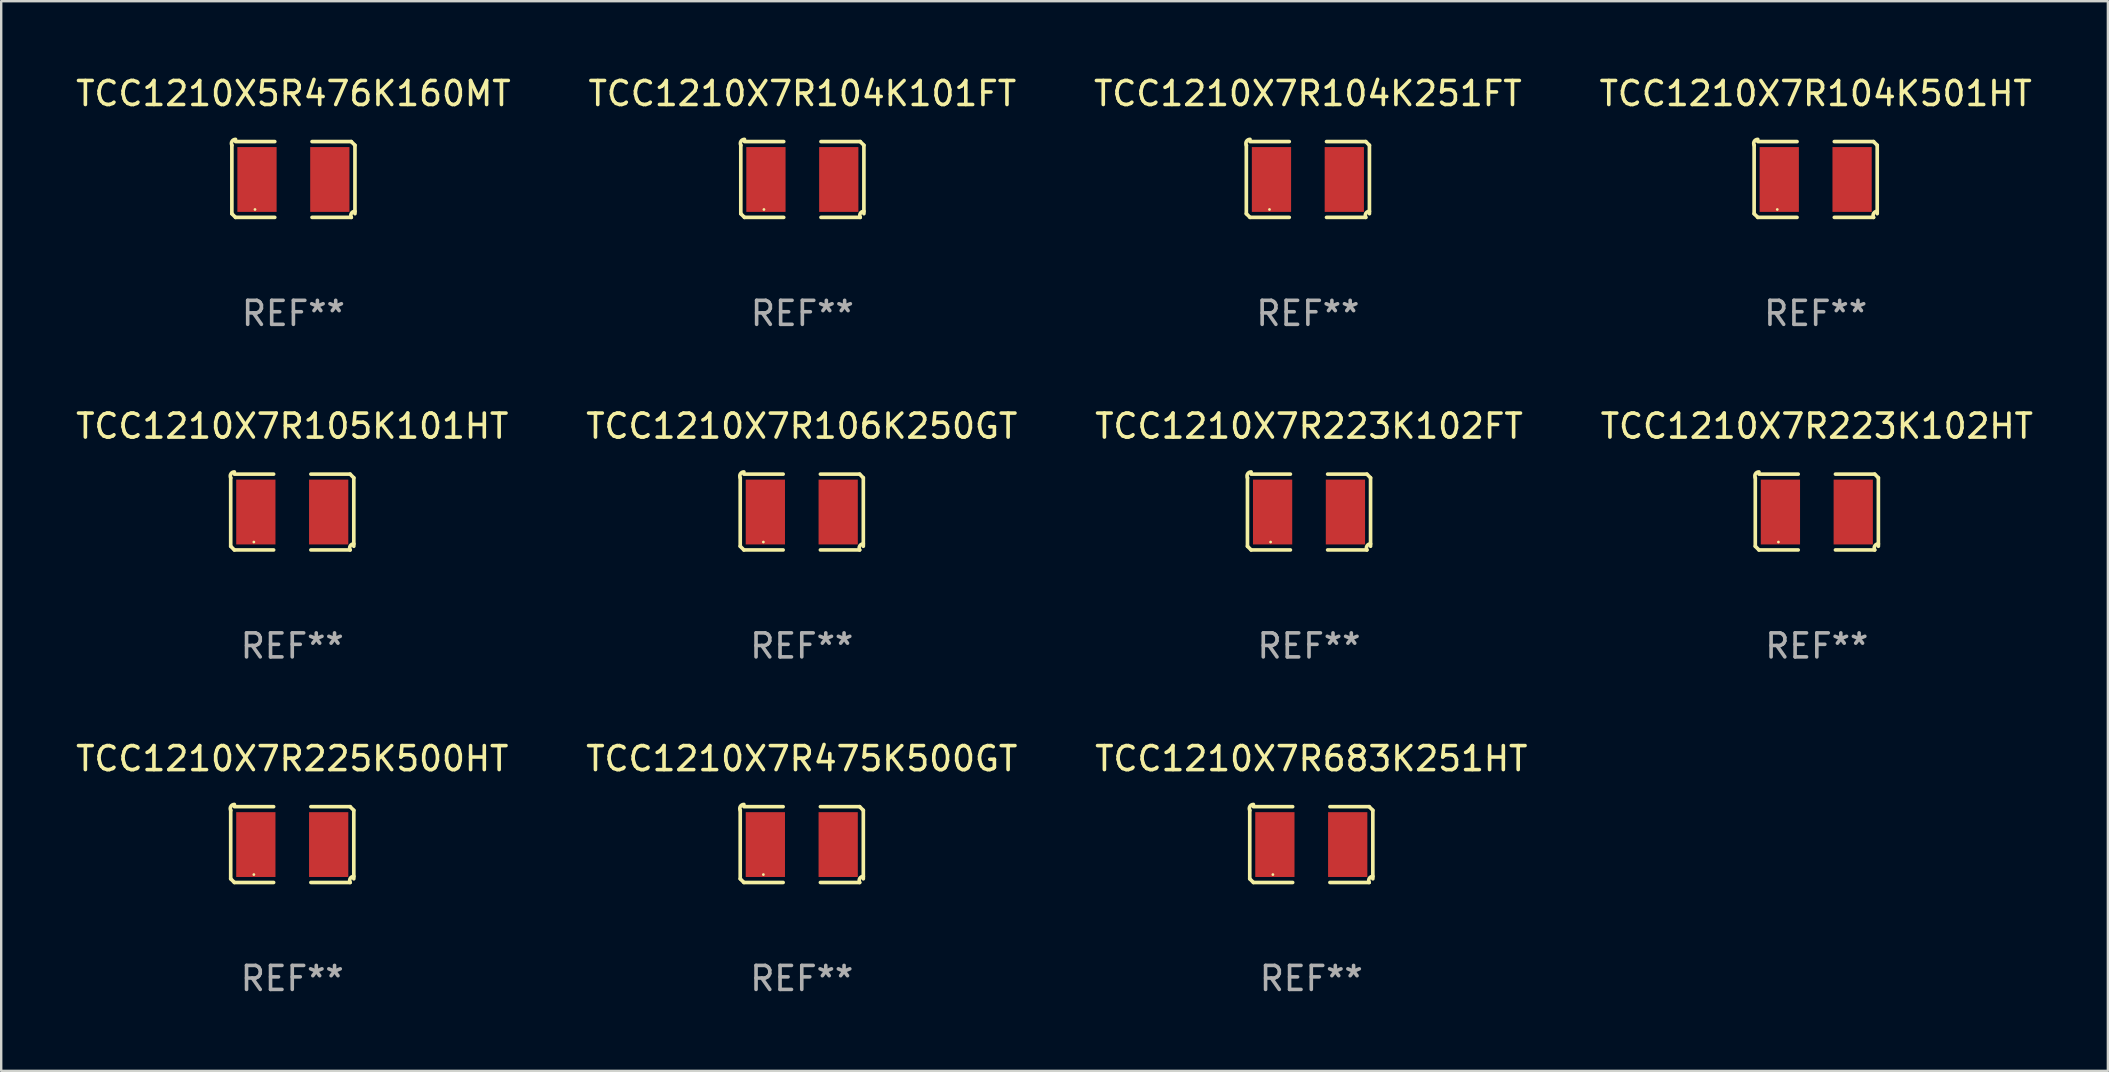
<source format=kicad_pcb>
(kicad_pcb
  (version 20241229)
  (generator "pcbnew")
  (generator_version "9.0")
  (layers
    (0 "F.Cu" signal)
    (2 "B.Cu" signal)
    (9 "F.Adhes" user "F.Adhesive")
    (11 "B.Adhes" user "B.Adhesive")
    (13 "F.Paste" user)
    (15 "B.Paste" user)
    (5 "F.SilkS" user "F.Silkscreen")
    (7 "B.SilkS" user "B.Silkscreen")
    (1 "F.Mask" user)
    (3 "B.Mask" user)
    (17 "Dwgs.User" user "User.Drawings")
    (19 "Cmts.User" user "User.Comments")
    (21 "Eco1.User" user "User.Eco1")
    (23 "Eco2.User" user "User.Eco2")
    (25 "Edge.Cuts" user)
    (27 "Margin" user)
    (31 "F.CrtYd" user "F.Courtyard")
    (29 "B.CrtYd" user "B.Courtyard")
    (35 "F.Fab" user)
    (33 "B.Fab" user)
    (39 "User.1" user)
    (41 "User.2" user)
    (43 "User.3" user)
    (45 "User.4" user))
  (footprint "TCC1210X7R223K102HT"
    (layer "F.Cu")
    (at 72.637 18.281)
    (property "Reference" "TCC1210X7R223K102HT" (at 0 -3.579 0) (layer "F.SilkS") (effects (font (size 1 1) (thickness 0.15))))
    (attr through_hole)
    (fp_line (start -2.564 1.426) (end -2.564 -1.426) (stroke (width 0.152) (type solid)) (layer "F.SilkS"))
    (fp_line (start -2.411 -1.579) (end -0.776 -1.579) (stroke (width 0.152) (type solid)) (layer "F.SilkS"))
    (fp_line (start -0.776 1.579) (end -2.411 1.579) (stroke (width 0.152) (type solid)) (layer "F.SilkS"))
    (fp_line (start 0.776 1.579) (end 2.411 1.579) (stroke (width 0.152) (type solid)) (layer "F.SilkS"))
    (fp_line (start 2.411 -1.579) (end 0.776 -1.579) (stroke (width 0.152) (type solid)) (layer "F.SilkS"))
    (fp_line (start 2.564 1.426) (end 2.564 -1.426) (stroke (width 0.152) (type solid)) (layer "F.SilkS"))
    (fp_arc (start -2.563602 -1.426213) (mid -2.555597 -1.591233) (end -2.411201 -1.671518) (stroke (width 0.1524) (type solid)) (layer "F.SilkS"))
    (fp_arc (start -2.5636 1.426214) (mid -2.487389 1.502402) (end -2.411201 1.578613) (stroke (width 0.1524) (type solid)) (layer "F.SilkS"))
    (fp_arc (start 2.411197 -1.578618) (mid 2.487403 -1.502419) (end 2.563602 -1.426213) (stroke (width 0.1524) (type solid)) (layer "F.SilkS"))
    (fp_arc (start 2.411201 1.578613) (mid 2.416214 1.409455) (end 2.563602 1.32629) (stroke (width 0.1524) (type solid)) (layer "F.SilkS"))
    (fp_circle (center -1.6 1.25) (end -1.57 1.25) (stroke (width 0.06) (type solid)) (fill no) (layer "F.SilkS"))
    (fp_text user "REF**" (at 0 5.579 0) (layer "F.Fab") (effects (font (size 1 1) (thickness 0.15))))
    (pad "1" smd rect (at -1.517 0) (size 1.635 2.7) (layers "F.Cu" "F.Mask" "F.Paste"))
    (pad "2" smd rect (at 1.517 0) (size 1.635 2.7) (layers "F.Cu" "F.Mask" "F.Paste")))
  (footprint "TCC1210X7R104K501HT"
    (layer "F.Cu")
    (at 72.589 4.427)
    (property "Reference" "TCC1210X7R104K501HT" (at 0 -3.579 0) (layer "F.SilkS") (effects (font (size 1 1) (thickness 0.15))))
    (attr through_hole)
    (fp_line (start -2.564 1.426) (end -2.564 -1.426) (stroke (width 0.152) (type solid)) (layer "F.SilkS"))
    (fp_line (start -2.411 -1.579) (end -0.776 -1.579) (stroke (width 0.152) (type solid)) (layer "F.SilkS"))
    (fp_line (start -0.776 1.579) (end -2.411 1.579) (stroke (width 0.152) (type solid)) (layer "F.SilkS"))
    (fp_line (start 0.776 1.579) (end 2.411 1.579) (stroke (width 0.152) (type solid)) (layer "F.SilkS"))
    (fp_line (start 2.411 -1.579) (end 0.776 -1.579) (stroke (width 0.152) (type solid)) (layer "F.SilkS"))
    (fp_line (start 2.564 1.426) (end 2.564 -1.426) (stroke (width 0.152) (type solid)) (layer "F.SilkS"))
    (fp_arc (start -2.563602 -1.426213) (mid -2.555597 -1.591233) (end -2.411201 -1.671518) (stroke (width 0.1524) (type solid)) (layer "F.SilkS"))
    (fp_arc (start -2.5636 1.426214) (mid -2.487389 1.502402) (end -2.411201 1.578613) (stroke (width 0.1524) (type solid)) (layer "F.SilkS"))
    (fp_arc (start 2.411197 -1.578618) (mid 2.487403 -1.502419) (end 2.563602 -1.426213) (stroke (width 0.1524) (type solid)) (layer "F.SilkS"))
    (fp_arc (start 2.411201 1.578613) (mid 2.416214 1.409455) (end 2.563602 1.32629) (stroke (width 0.1524) (type solid)) (layer "F.SilkS"))
    (fp_circle (center -1.6 1.25) (end -1.57 1.25) (stroke (width 0.06) (type solid)) (fill no) (layer "F.SilkS"))
    (fp_text user "REF**" (at 0 5.579 0) (layer "F.Fab") (effects (font (size 1 1) (thickness 0.15))))
    (pad "1" smd rect (at -1.517 0) (size 1.635 2.7) (layers "F.Cu" "F.Mask" "F.Paste"))
    (pad "2" smd rect (at 1.517 0) (size 1.635 2.7) (layers "F.Cu" "F.Mask" "F.Paste")))
  (footprint "TCC1210X7R683K251HT"
    (layer "F.Cu")
    (at 51.577 32.134)
    (property "Reference" "TCC1210X7R683K251HT" (at 0 -3.579 0) (layer "F.SilkS") (effects (font (size 1 1) (thickness 0.15))))
    (attr through_hole)
    (fp_line (start -2.564 1.426) (end -2.564 -1.426) (stroke (width 0.152) (type solid)) (layer "F.SilkS"))
    (fp_line (start -2.411 -1.579) (end -0.776 -1.579) (stroke (width 0.152) (type solid)) (layer "F.SilkS"))
    (fp_line (start -0.776 1.579) (end -2.411 1.579) (stroke (width 0.152) (type solid)) (layer "F.SilkS"))
    (fp_line (start 0.776 1.579) (end 2.411 1.579) (stroke (width 0.152) (type solid)) (layer "F.SilkS"))
    (fp_line (start 2.411 -1.579) (end 0.776 -1.579) (stroke (width 0.152) (type solid)) (layer "F.SilkS"))
    (fp_line (start 2.564 1.426) (end 2.564 -1.426) (stroke (width 0.152) (type solid)) (layer "F.SilkS"))
    (fp_arc (start -2.563602 -1.426213) (mid -2.555597 -1.591233) (end -2.411201 -1.671518) (stroke (width 0.1524) (type solid)) (layer "F.SilkS"))
    (fp_arc (start -2.5636 1.426214) (mid -2.487389 1.502402) (end -2.411201 1.578613) (stroke (width 0.1524) (type solid)) (layer "F.SilkS"))
    (fp_arc (start 2.411197 -1.578618) (mid 2.487403 -1.502419) (end 2.563602 -1.426213) (stroke (width 0.1524) (type solid)) (layer "F.SilkS"))
    (fp_arc (start 2.411201 1.578613) (mid 2.416214 1.409455) (end 2.563602 1.32629) (stroke (width 0.1524) (type solid)) (layer "F.SilkS"))
    (fp_circle (center -1.6 1.25) (end -1.57 1.25) (stroke (width 0.06) (type solid)) (fill no) (layer "F.SilkS"))
    (fp_text user "REF**" (at 0 5.579 0) (layer "F.Fab") (effects (font (size 1 1) (thickness 0.15))))
    (pad "1" smd rect (at -1.517 0) (size 1.635 2.7) (layers "F.Cu" "F.Mask" "F.Paste"))
    (pad "2" smd rect (at 1.517 0) (size 1.635 2.7) (layers "F.Cu" "F.Mask" "F.Paste")))
  (footprint "TCC1210X7R223K102FT"
    (layer "F.Cu")
    (at 51.482 18.281)
    (property "Reference" "TCC1210X7R223K102FT" (at 0 -3.579 0) (layer "F.SilkS") (effects (font (size 1 1) (thickness 0.15))))
    (attr through_hole)
    (fp_line (start -2.564 1.426) (end -2.564 -1.426) (stroke (width 0.152) (type solid)) (layer "F.SilkS"))
    (fp_line (start -2.411 -1.579) (end -0.776 -1.579) (stroke (width 0.152) (type solid)) (layer "F.SilkS"))
    (fp_line (start -0.776 1.579) (end -2.411 1.579) (stroke (width 0.152) (type solid)) (layer "F.SilkS"))
    (fp_line (start 0.776 1.579) (end 2.411 1.579) (stroke (width 0.152) (type solid)) (layer "F.SilkS"))
    (fp_line (start 2.411 -1.579) (end 0.776 -1.579) (stroke (width 0.152) (type solid)) (layer "F.SilkS"))
    (fp_line (start 2.564 1.426) (end 2.564 -1.426) (stroke (width 0.152) (type solid)) (layer "F.SilkS"))
    (fp_arc (start -2.563602 -1.426213) (mid -2.555597 -1.591233) (end -2.411201 -1.671518) (stroke (width 0.1524) (type solid)) (layer "F.SilkS"))
    (fp_arc (start -2.5636 1.426214) (mid -2.487389 1.502402) (end -2.411201 1.578613) (stroke (width 0.1524) (type solid)) (layer "F.SilkS"))
    (fp_arc (start 2.411197 -1.578618) (mid 2.487403 -1.502419) (end 2.563602 -1.426213) (stroke (width 0.1524) (type solid)) (layer "F.SilkS"))
    (fp_arc (start 2.411201 1.578613) (mid 2.416214 1.409455) (end 2.563602 1.32629) (stroke (width 0.1524) (type solid)) (layer "F.SilkS"))
    (fp_circle (center -1.6 1.25) (end -1.57 1.25) (stroke (width 0.06) (type solid)) (fill no) (layer "F.SilkS"))
    (fp_text user "REF**" (at 0 5.579 0) (layer "F.Fab") (effects (font (size 1 1) (thickness 0.15))))
    (pad "1" smd rect (at -1.517 0) (size 1.635 2.7) (layers "F.Cu" "F.Mask" "F.Paste"))
    (pad "2" smd rect (at 1.517 0) (size 1.635 2.7) (layers "F.Cu" "F.Mask" "F.Paste")))
  (footprint "TCC1210X7R104K101FT"
    (layer "F.Cu")
    (at 30.375 4.427)
    (property "Reference" "TCC1210X7R104K101FT" (at 0 -3.579 0) (layer "F.SilkS") (effects (font (size 1 1) (thickness 0.15))))
    (attr through_hole)
    (fp_line (start -2.564 1.426) (end -2.564 -1.426) (stroke (width 0.152) (type solid)) (layer "F.SilkS"))
    (fp_line (start -2.411 -1.579) (end -0.776 -1.579) (stroke (width 0.152) (type solid)) (layer "F.SilkS"))
    (fp_line (start -0.776 1.579) (end -2.411 1.579) (stroke (width 0.152) (type solid)) (layer "F.SilkS"))
    (fp_line (start 0.776 1.579) (end 2.411 1.579) (stroke (width 0.152) (type solid)) (layer "F.SilkS"))
    (fp_line (start 2.411 -1.579) (end 0.776 -1.579) (stroke (width 0.152) (type solid)) (layer "F.SilkS"))
    (fp_line (start 2.564 1.426) (end 2.564 -1.426) (stroke (width 0.152) (type solid)) (layer "F.SilkS"))
    (fp_arc (start -2.563602 -1.426213) (mid -2.555597 -1.591233) (end -2.411201 -1.671518) (stroke (width 0.1524) (type solid)) (layer "F.SilkS"))
    (fp_arc (start -2.5636 1.426214) (mid -2.487389 1.502402) (end -2.411201 1.578613) (stroke (width 0.1524) (type solid)) (layer "F.SilkS"))
    (fp_arc (start 2.411197 -1.578618) (mid 2.487403 -1.502419) (end 2.563602 -1.426213) (stroke (width 0.1524) (type solid)) (layer "F.SilkS"))
    (fp_arc (start 2.411201 1.578613) (mid 2.416214 1.409455) (end 2.563602 1.32629) (stroke (width 0.1524) (type solid)) (layer "F.SilkS"))
    (fp_circle (center -1.6 1.25) (end -1.57 1.25) (stroke (width 0.06) (type solid)) (fill no) (layer "F.SilkS"))
    (fp_text user "REF**" (at 0 5.579 0) (layer "F.Fab") (effects (font (size 1 1) (thickness 0.15))))
    (pad "1" smd rect (at -1.517 0) (size 1.635 2.7) (layers "F.Cu" "F.Mask" "F.Paste"))
    (pad "2" smd rect (at 1.517 0) (size 1.635 2.7) (layers "F.Cu" "F.Mask" "F.Paste")))
  (footprint "TCC1210X7R105K101HT"
    (layer "F.Cu")
    (at 9.125 18.281)
    (property "Reference" "TCC1210X7R105K101HT" (at 0 -3.579 0) (layer "F.SilkS") (effects (font (size 1 1) (thickness 0.15))))
    (attr through_hole)
    (fp_line (start -2.564 1.426) (end -2.564 -1.426) (stroke (width 0.152) (type solid)) (layer "F.SilkS"))
    (fp_line (start -2.411 -1.579) (end -0.776 -1.579) (stroke (width 0.152) (type solid)) (layer "F.SilkS"))
    (fp_line (start -0.776 1.579) (end -2.411 1.579) (stroke (width 0.152) (type solid)) (layer "F.SilkS"))
    (fp_line (start 0.776 1.579) (end 2.411 1.579) (stroke (width 0.152) (type solid)) (layer "F.SilkS"))
    (fp_line (start 2.411 -1.579) (end 0.776 -1.579) (stroke (width 0.152) (type solid)) (layer "F.SilkS"))
    (fp_line (start 2.564 1.426) (end 2.564 -1.426) (stroke (width 0.152) (type solid)) (layer "F.SilkS"))
    (fp_arc (start -2.563602 -1.426213) (mid -2.555597 -1.591233) (end -2.411201 -1.671518) (stroke (width 0.1524) (type solid)) (layer "F.SilkS"))
    (fp_arc (start -2.5636 1.426214) (mid -2.487389 1.502402) (end -2.411201 1.578613) (stroke (width 0.1524) (type solid)) (layer "F.SilkS"))
    (fp_arc (start 2.411197 -1.578618) (mid 2.487403 -1.502419) (end 2.563602 -1.426213) (stroke (width 0.1524) (type solid)) (layer "F.SilkS"))
    (fp_arc (start 2.411201 1.578613) (mid 2.416214 1.409455) (end 2.563602 1.32629) (stroke (width 0.1524) (type solid)) (layer "F.SilkS"))
    (fp_circle (center -1.6 1.25) (end -1.57 1.25) (stroke (width 0.06) (type solid)) (fill no) (layer "F.SilkS"))
    (fp_text user "REF**" (at 0 5.579 0) (layer "F.Fab") (effects (font (size 1 1) (thickness 0.15))))
    (pad "1" smd rect (at -1.517 0) (size 1.635 2.7) (layers "F.Cu" "F.Mask" "F.Paste"))
    (pad "2" smd rect (at 1.517 0) (size 1.635 2.7) (layers "F.Cu" "F.Mask" "F.Paste")))
  (footprint "TCC1210X7R106K250GT"
    (layer "F.Cu")
    (at 30.351 18.281)
    (property "Reference" "TCC1210X7R106K250GT" (at 0 -3.579 0) (layer "F.SilkS") (effects (font (size 1 1) (thickness 0.15))))
    (attr through_hole)
    (fp_line (start -2.564 1.426) (end -2.564 -1.426) (stroke (width 0.152) (type solid)) (layer "F.SilkS"))
    (fp_line (start -2.411 -1.579) (end -0.776 -1.579) (stroke (width 0.152) (type solid)) (layer "F.SilkS"))
    (fp_line (start -0.776 1.579) (end -2.411 1.579) (stroke (width 0.152) (type solid)) (layer "F.SilkS"))
    (fp_line (start 0.776 1.579) (end 2.411 1.579) (stroke (width 0.152) (type solid)) (layer "F.SilkS"))
    (fp_line (start 2.411 -1.579) (end 0.776 -1.579) (stroke (width 0.152) (type solid)) (layer "F.SilkS"))
    (fp_line (start 2.564 1.426) (end 2.564 -1.426) (stroke (width 0.152) (type solid)) (layer "F.SilkS"))
    (fp_arc (start -2.563602 -1.426213) (mid -2.555597 -1.591233) (end -2.411201 -1.671518) (stroke (width 0.1524) (type solid)) (layer "F.SilkS"))
    (fp_arc (start -2.5636 1.426214) (mid -2.487389 1.502402) (end -2.411201 1.578613) (stroke (width 0.1524) (type solid)) (layer "F.SilkS"))
    (fp_arc (start 2.411197 -1.578618) (mid 2.487403 -1.502419) (end 2.563602 -1.426213) (stroke (width 0.1524) (type solid)) (layer "F.SilkS"))
    (fp_arc (start 2.411201 1.578613) (mid 2.416214 1.409455) (end 2.563602 1.32629) (stroke (width 0.1524) (type solid)) (layer "F.SilkS"))
    (fp_circle (center -1.6 1.25) (end -1.57 1.25) (stroke (width 0.06) (type solid)) (fill no) (layer "F.SilkS"))
    (fp_text user "REF**" (at 0 5.579 0) (layer "F.Fab") (effects (font (size 1 1) (thickness 0.15))))
    (pad "1" smd rect (at -1.517 0) (size 1.635 2.7) (layers "F.Cu" "F.Mask" "F.Paste"))
    (pad "2" smd rect (at 1.517 0) (size 1.635 2.7) (layers "F.Cu" "F.Mask" "F.Paste")))
  (footprint "TCC1210X7R104K251FT"
    (layer "F.Cu")
    (at 51.435 4.427)
    (property "Reference" "TCC1210X7R104K251FT" (at 0 -3.579 0) (layer "F.SilkS") (effects (font (size 1 1) (thickness 0.15))))
    (attr through_hole)
    (fp_line (start -2.564 1.426) (end -2.564 -1.426) (stroke (width 0.152) (type solid)) (layer "F.SilkS"))
    (fp_line (start -2.411 -1.579) (end -0.776 -1.579) (stroke (width 0.152) (type solid)) (layer "F.SilkS"))
    (fp_line (start -0.776 1.579) (end -2.411 1.579) (stroke (width 0.152) (type solid)) (layer "F.SilkS"))
    (fp_line (start 0.776 1.579) (end 2.411 1.579) (stroke (width 0.152) (type solid)) (layer "F.SilkS"))
    (fp_line (start 2.411 -1.579) (end 0.776 -1.579) (stroke (width 0.152) (type solid)) (layer "F.SilkS"))
    (fp_line (start 2.564 1.426) (end 2.564 -1.426) (stroke (width 0.152) (type solid)) (layer "F.SilkS"))
    (fp_arc (start -2.563602 -1.426213) (mid -2.555597 -1.591233) (end -2.411201 -1.671518) (stroke (width 0.1524) (type solid)) (layer "F.SilkS"))
    (fp_arc (start -2.5636 1.426214) (mid -2.487389 1.502402) (end -2.411201 1.578613) (stroke (width 0.1524) (type solid)) (layer "F.SilkS"))
    (fp_arc (start 2.411197 -1.578618) (mid 2.487403 -1.502419) (end 2.563602 -1.426213) (stroke (width 0.1524) (type solid)) (layer "F.SilkS"))
    (fp_arc (start 2.411201 1.578613) (mid 2.416214 1.409455) (end 2.563602 1.32629) (stroke (width 0.1524) (type solid)) (layer "F.SilkS"))
    (fp_circle (center -1.6 1.25) (end -1.57 1.25) (stroke (width 0.06) (type solid)) (fill no) (layer "F.SilkS"))
    (fp_text user "REF**" (at 0 5.579 0) (layer "F.Fab") (effects (font (size 1 1) (thickness 0.15))))
    (pad "1" smd rect (at -1.517 0) (size 1.635 2.7) (layers "F.Cu" "F.Mask" "F.Paste"))
    (pad "2" smd rect (at 1.517 0) (size 1.635 2.7) (layers "F.Cu" "F.Mask" "F.Paste")))
  (footprint "TCC1210X7R475K500GT"
    (layer "F.Cu")
    (at 30.351 32.134)
    (property "Reference" "TCC1210X7R475K500GT" (at 0 -3.579 0) (layer "F.SilkS") (effects (font (size 1 1) (thickness 0.15))))
    (attr through_hole)
    (fp_line (start -2.564 1.426) (end -2.564 -1.426) (stroke (width 0.152) (type solid)) (layer "F.SilkS"))
    (fp_line (start -2.411 -1.579) (end -0.776 -1.579) (stroke (width 0.152) (type solid)) (layer "F.SilkS"))
    (fp_line (start -0.776 1.579) (end -2.411 1.579) (stroke (width 0.152) (type solid)) (layer "F.SilkS"))
    (fp_line (start 0.776 1.579) (end 2.411 1.579) (stroke (width 0.152) (type solid)) (layer "F.SilkS"))
    (fp_line (start 2.411 -1.579) (end 0.776 -1.579) (stroke (width 0.152) (type solid)) (layer "F.SilkS"))
    (fp_line (start 2.564 1.426) (end 2.564 -1.426) (stroke (width 0.152) (type solid)) (layer "F.SilkS"))
    (fp_arc (start -2.563602 -1.426213) (mid -2.555597 -1.591233) (end -2.411201 -1.671518) (stroke (width 0.1524) (type solid)) (layer "F.SilkS"))
    (fp_arc (start -2.5636 1.426214) (mid -2.487389 1.502402) (end -2.411201 1.578613) (stroke (width 0.1524) (type solid)) (layer "F.SilkS"))
    (fp_arc (start 2.411197 -1.578618) (mid 2.487403 -1.502419) (end 2.563602 -1.426213) (stroke (width 0.1524) (type solid)) (layer "F.SilkS"))
    (fp_arc (start 2.411201 1.578613) (mid 2.416214 1.409455) (end 2.563602 1.32629) (stroke (width 0.1524) (type solid)) (layer "F.SilkS"))
    (fp_circle (center -1.6 1.25) (end -1.57 1.25) (stroke (width 0.06) (type solid)) (fill no) (layer "F.SilkS"))
    (fp_text user "REF**" (at 0 5.579 0) (layer "F.Fab") (effects (font (size 1 1) (thickness 0.15))))
    (pad "1" smd rect (at -1.517 0) (size 1.635 2.7) (layers "F.Cu" "F.Mask" "F.Paste"))
    (pad "2" smd rect (at 1.517 0) (size 1.635 2.7) (layers "F.Cu" "F.Mask" "F.Paste")))
  (footprint "TCC1210X5R476K160MT"
    (layer "F.Cu")
    (at 9.173 4.427)
    (property "Reference" "TCC1210X5R476K160MT" (at 0 -3.579 0) (layer "F.SilkS") (effects (font (size 1 1) (thickness 0.15))))
    (attr through_hole)
    (fp_line (start -2.564 1.426) (end -2.564 -1.426) (stroke (width 0.152) (type solid)) (layer "F.SilkS"))
    (fp_line (start -2.411 -1.579) (end -0.776 -1.579) (stroke (width 0.152) (type solid)) (layer "F.SilkS"))
    (fp_line (start -0.776 1.579) (end -2.411 1.579) (stroke (width 0.152) (type solid)) (layer "F.SilkS"))
    (fp_line (start 0.776 1.579) (end 2.411 1.579) (stroke (width 0.152) (type solid)) (layer "F.SilkS"))
    (fp_line (start 2.411 -1.579) (end 0.776 -1.579) (stroke (width 0.152) (type solid)) (layer "F.SilkS"))
    (fp_line (start 2.564 1.426) (end 2.564 -1.426) (stroke (width 0.152) (type solid)) (layer "F.SilkS"))
    (fp_arc (start -2.563602 -1.426213) (mid -2.555597 -1.591233) (end -2.411201 -1.671518) (stroke (width 0.1524) (type solid)) (layer "F.SilkS"))
    (fp_arc (start -2.5636 1.426214) (mid -2.487389 1.502402) (end -2.411201 1.578613) (stroke (width 0.1524) (type solid)) (layer "F.SilkS"))
    (fp_arc (start 2.411197 -1.578618) (mid 2.487403 -1.502419) (end 2.563602 -1.426213) (stroke (width 0.1524) (type solid)) (layer "F.SilkS"))
    (fp_arc (start 2.411201 1.578613) (mid 2.416214 1.409455) (end 2.563602 1.32629) (stroke (width 0.1524) (type solid)) (layer "F.SilkS"))
    (fp_circle (center -1.6 1.25) (end -1.57 1.25) (stroke (width 0.06) (type solid)) (fill no) (layer "F.SilkS"))
    (fp_text user "REF**" (at 0 5.579 0) (layer "F.Fab") (effects (font (size 1 1) (thickness 0.15))))
    (pad "1" smd rect (at -1.517 0) (size 1.635 2.7) (layers "F.Cu" "F.Mask" "F.Paste"))
    (pad "2" smd rect (at 1.517 0) (size 1.635 2.7) (layers "F.Cu" "F.Mask" "F.Paste")))
  (footprint "TCC1210X7R225K500HT"
    (layer "F.Cu")
    (at 9.125 32.134)
    (property "Reference" "TCC1210X7R225K500HT" (at 0 -3.579 0) (layer "F.SilkS") (effects (font (size 1 1) (thickness 0.15))))
    (attr through_hole)
    (fp_line (start -2.564 1.426) (end -2.564 -1.426) (stroke (width 0.152) (type solid)) (layer "F.SilkS"))
    (fp_line (start -2.411 -1.579) (end -0.776 -1.579) (stroke (width 0.152) (type solid)) (layer "F.SilkS"))
    (fp_line (start -0.776 1.579) (end -2.411 1.579) (stroke (width 0.152) (type solid)) (layer "F.SilkS"))
    (fp_line (start 0.776 1.579) (end 2.411 1.579) (stroke (width 0.152) (type solid)) (layer "F.SilkS"))
    (fp_line (start 2.411 -1.579) (end 0.776 -1.579) (stroke (width 0.152) (type solid)) (layer "F.SilkS"))
    (fp_line (start 2.564 1.426) (end 2.564 -1.426) (stroke (width 0.152) (type solid)) (layer "F.SilkS"))
    (fp_arc (start -2.563602 -1.426213) (mid -2.555597 -1.591233) (end -2.411201 -1.671518) (stroke (width 0.1524) (type solid)) (layer "F.SilkS"))
    (fp_arc (start -2.5636 1.426214) (mid -2.487389 1.502402) (end -2.411201 1.578613) (stroke (width 0.1524) (type solid)) (layer "F.SilkS"))
    (fp_arc (start 2.411197 -1.578618) (mid 2.487403 -1.502419) (end 2.563602 -1.426213) (stroke (width 0.1524) (type solid)) (layer "F.SilkS"))
    (fp_arc (start 2.411201 1.578613) (mid 2.416214 1.409455) (end 2.563602 1.32629) (stroke (width 0.1524) (type solid)) (layer "F.SilkS"))
    (fp_circle (center -1.6 1.25) (end -1.57 1.25) (stroke (width 0.06) (type solid)) (fill no) (layer "F.SilkS"))
    (fp_text user "REF**" (at 0 5.579 0) (layer "F.Fab") (effects (font (size 1 1) (thickness 0.15))))
    (pad "1" smd rect (at -1.517 0) (size 1.635 2.7) (layers "F.Cu" "F.Mask" "F.Paste"))
    (pad "2" smd rect (at 1.517 0) (size 1.635 2.7) (layers "F.Cu" "F.Mask" "F.Paste")))
  (gr_rect
    (start -3 -3)
    (end 84.762 41.561)
    (stroke (width 0.1) (type default))
    (fill no)
    (layer "Edge.Cuts")))
</source>
